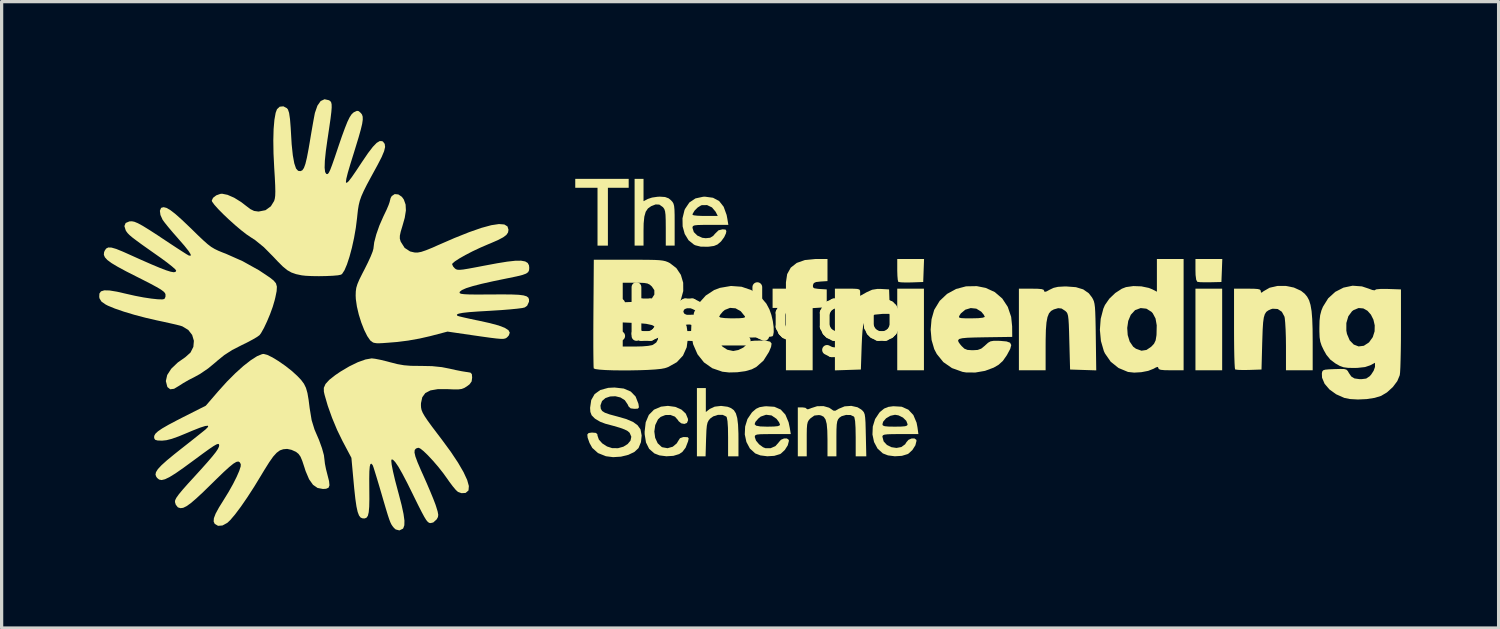
<source format=kicad_pcb>
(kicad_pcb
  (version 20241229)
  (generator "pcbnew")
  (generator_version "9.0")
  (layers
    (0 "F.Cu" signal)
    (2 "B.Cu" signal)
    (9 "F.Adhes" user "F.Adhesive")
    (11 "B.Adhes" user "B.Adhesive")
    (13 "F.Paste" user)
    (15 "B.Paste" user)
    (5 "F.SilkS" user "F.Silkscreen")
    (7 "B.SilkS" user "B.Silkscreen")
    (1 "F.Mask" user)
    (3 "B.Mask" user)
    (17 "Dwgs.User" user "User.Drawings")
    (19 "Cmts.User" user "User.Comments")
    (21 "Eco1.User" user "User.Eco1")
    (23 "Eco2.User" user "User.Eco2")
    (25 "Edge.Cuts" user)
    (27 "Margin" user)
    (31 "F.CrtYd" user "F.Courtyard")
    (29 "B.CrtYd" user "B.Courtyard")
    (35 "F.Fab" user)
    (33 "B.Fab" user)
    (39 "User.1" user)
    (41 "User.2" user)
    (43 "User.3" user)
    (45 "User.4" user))
  (footprint "tbs_logo"
    (layer "F.Cu")
    (at 20.011 6.597)
    (property "Reference" "tbs_logo" (at 0 0 0) (layer "F.SilkS") (effects (font (size 1.5 1.5) (thickness 0.3))))
    (attr board_only exclude_from_pos_files exclude_from_bom)
    (fp_poly (pts (xy 5.335 0.479) (xy 5.335 1.733) (xy 4.925 1.733) (xy 4.515 1.733) (xy 4.515 0.479) (xy 4.515 -0.775) (xy 4.925 -0.775) (xy 5.335 -0.775)) (stroke (width 0) (type solid)) (fill yes) (layer "F.SilkS"))
    (fp_poly (pts (xy 14.501 0.479) (xy 14.501 1.733) (xy 14.091 1.733) (xy 13.68 1.733) (xy 13.68 0.479) (xy 13.68 -0.775) (xy 14.091 -0.775) (xy 14.501 -0.775)) (stroke (width 0) (type solid)) (fill yes) (layer "F.SilkS"))
    (fp_poly (pts (xy 14.492 -1.334) (xy 14.478 -0.98) (xy 14.136 -0.972) (xy 13.963 -0.971) (xy 13.822 -0.975) (xy 13.742 -0.985) (xy 13.737 -0.987) (xy 13.703 -1.048) (xy 13.684 -1.195) (xy 13.68 -1.349) (xy 13.68 -1.687) (xy 14.093 -1.687) (xy 14.505 -1.687)) (stroke (width 0) (type solid)) (fill yes) (layer "F.SilkS"))
    (fp_poly (pts (xy 5.326 -1.334) (xy 5.313 -0.98) (xy 4.946 -0.967) (xy 4.771 -0.965) (xy 4.632 -0.97) (xy 4.554 -0.982) (xy 4.547 -0.986) (xy 4.531 -1.045) (xy 4.52 -1.169) (xy 4.515 -1.333) (xy 4.515 -1.353) (xy 4.515 -1.687) (xy 4.927 -1.687) (xy 5.339 -1.687)) (stroke (width 0) (type solid)) (fill yes) (layer "F.SilkS"))
    (fp_poly (pts (xy -3.739 -4.013) (xy -3.739 -3.876) (xy -4.059 -3.876) (xy -4.378 -3.876) (xy -4.378 -2.987) (xy -4.378 -2.098) (xy -4.537 -2.098) (xy -4.697 -2.098) (xy -4.697 -2.987) (xy -4.697 -3.876) (xy -5.039 -3.876) (xy -5.381 -3.876) (xy -5.381 -4.013) (xy -5.381 -4.15) (xy -4.56 -4.15) (xy -3.739 -4.15)) (stroke (width 0) (type solid)) (fill yes) (layer "F.SilkS"))
    (fp_poly (pts (xy 3.175 -0.774) (xy 3.289 -0.767) (xy 3.349 -0.75) (xy 3.371 -0.716) (xy 3.375 -0.664) (xy 3.375 -0.554) (xy 3.577 -0.667) (xy 3.743 -0.742) (xy 3.908 -0.768) (xy 4.022 -0.766) (xy 4.264 -0.752) (xy 4.277 -0.376) (xy 4.29 0) (xy 4.063 0) (xy 3.823 0.023) (xy 3.647 0.097) (xy 3.523 0.224) (xy 3.49 0.289) (xy 3.465 0.383) (xy 3.447 0.521) (xy 3.433 0.718) (xy 3.421 0.99) (xy 3.42 1.026) (xy 3.397 1.71) (xy 2.998 1.723) (xy 2.599 1.736) (xy 2.599 0.481) (xy 2.599 -0.775) (xy 2.987 -0.775)) (stroke (width 0) (type solid)) (fill yes) (layer "F.SilkS"))
    (fp_poly (pts (xy 2.371 -1.348) (xy 2.371 -1.008) (xy 2.155 -0.994) (xy 2.02 -0.979) (xy 1.952 -0.948) (xy 1.925 -0.889) (xy 1.924 -0.88) (xy 1.925 -0.82) (xy 1.966 -0.787) (xy 2.068 -0.771) (xy 2.129 -0.766) (xy 2.348 -0.752) (xy 2.348 -0.479) (xy 2.348 -0.205) (xy 2.132 -0.191) (xy 1.915 -0.177) (xy 1.915 0.778) (xy 1.915 1.733) (xy 1.505 1.733) (xy 1.094 1.733) (xy 1.094 0.775) (xy 1.094 -0.182) (xy 0.889 -0.182) (xy 0.684 -0.182) (xy 0.684 -0.479) (xy 0.684 -0.775) (xy 0.889 -0.775) (xy 1.094 -0.775) (xy 1.094 -0.97) (xy 1.132 -1.222) (xy 1.242 -1.421) (xy 1.425 -1.566) (xy 1.677 -1.655) (xy 1.998 -1.687) (xy 2.016 -1.687) (xy 2.371 -1.687)) (stroke (width 0) (type solid)) (fill yes) (layer "F.SilkS"))
    (fp_poly (pts (xy -1.368 2.648) (xy -1.368 3.016) (xy -1.248 2.922) (xy -1.095 2.851) (xy -0.9 2.828) (xy -0.701 2.854) (xy -0.593 2.896) (xy -0.507 2.959) (xy -0.445 3.056) (xy -0.403 3.2) (xy -0.378 3.402) (xy -0.366 3.676) (xy -0.365 3.842) (xy -0.365 4.378) (xy -0.524 4.378) (xy -0.684 4.378) (xy -0.684 3.794) (xy -0.688 3.502) (xy -0.702 3.298) (xy -0.724 3.182) (xy -0.739 3.156) (xy -0.848 3.104) (xy -0.994 3.103) (xy -1.14 3.15) (xy -1.235 3.218) (xy -1.283 3.277) (xy -1.316 3.343) (xy -1.337 3.437) (xy -1.35 3.577) (xy -1.358 3.783) (xy -1.361 3.857) (xy -1.376 4.378) (xy -1.509 4.378) (xy -1.642 4.378) (xy -1.642 3.329) (xy -1.642 2.28) (xy -1.505 2.28) (xy -1.368 2.28)) (stroke (width 0) (type solid)) (fill yes) (layer "F.SilkS"))
    (fp_poly (pts (xy -3.283 -3.807) (xy -3.283 -3.463) (xy -3.149 -3.533) (xy -3.021 -3.575) (xy -2.856 -3.599) (xy -2.782 -3.603) (xy -2.621 -3.592) (xy -2.512 -3.552) (xy -2.438 -3.491) (xy -2.393 -3.442) (xy -2.363 -3.39) (xy -2.343 -3.317) (xy -2.332 -3.208) (xy -2.327 -3.044) (xy -2.326 -2.81) (xy -2.326 -2.738) (xy -2.326 -2.098) (xy -2.462 -2.098) (xy -2.599 -2.098) (xy -2.599 -2.645) (xy -2.601 -2.881) (xy -2.607 -3.044) (xy -2.621 -3.152) (xy -2.644 -3.222) (xy -2.68 -3.273) (xy -2.69 -3.283) (xy -2.797 -3.359) (xy -2.911 -3.364) (xy -3.049 -3.31) (xy -3.148 -3.239) (xy -3.216 -3.138) (xy -3.258 -2.99) (xy -3.279 -2.781) (xy -3.283 -2.552) (xy -3.283 -2.098) (xy -3.42 -2.098) (xy -3.557 -2.098) (xy -3.557 -3.124) (xy -3.557 -4.15) (xy -3.42 -4.15) (xy -3.283 -4.15)) (stroke (width 0) (type solid)) (fill yes) (layer "F.SilkS"))
    (fp_poly (pts (xy -2.307 2.858) (xy -2.118 2.941) (xy -1.984 3.066) (xy -1.919 3.222) (xy -1.915 3.271) (xy -1.948 3.352) (xy -2.027 3.382) (xy -2.123 3.364) (xy -2.205 3.297) (xy -2.226 3.262) (xy -2.318 3.158) (xy -2.456 3.106) (xy -2.612 3.109) (xy -2.756 3.166) (xy -2.838 3.242) (xy -2.923 3.417) (xy -2.951 3.615) (xy -2.925 3.809) (xy -2.848 3.976) (xy -2.725 4.09) (xy -2.705 4.099) (xy -2.545 4.128) (xy -2.385 4.083) (xy -2.26 3.978) (xy -2.226 3.919) (xy -2.162 3.821) (xy -2.066 3.787) (xy -2.021 3.785) (xy -1.923 3.791) (xy -1.895 3.828) (xy -1.913 3.915) (xy -1.989 4.112) (xy -2.089 4.242) (xy -2.188 4.309) (xy -2.366 4.363) (xy -2.581 4.376) (xy -2.793 4.349) (xy -2.95 4.288) (xy -3.11 4.148) (xy -3.207 3.953) (xy -3.248 3.696) (xy -3.249 3.622) (xy -3.216 3.332) (xy -3.12 3.105) (xy -2.962 2.944) (xy -2.746 2.851) (xy -2.533 2.827)) (stroke (width 0) (type solid)) (fill yes) (layer "F.SilkS"))
    (fp_poly (pts (xy 10.006 -0.821) (xy 10.231 -0.753) (xy 10.401 -0.634) (xy 10.499 -0.508) (xy 10.532 -0.45) (xy 10.558 -0.389) (xy 10.577 -0.311) (xy 10.591 -0.205) (xy 10.6 -0.056) (xy 10.607 0.147) (xy 10.613 0.419) (xy 10.617 0.697) (xy 10.631 1.736) (xy 10.229 1.723) (xy 9.827 1.71) (xy 9.804 0.851) (xy 9.796 0.551) (xy 9.788 0.328) (xy 9.778 0.171) (xy 9.765 0.064) (xy 9.746 -0.006) (xy 9.721 -0.051) (xy 9.686 -0.085) (xy 9.674 -0.095) (xy 9.565 -0.165) (xy 9.46 -0.176) (xy 9.326 -0.137) (xy 9.242 -0.09) (xy 9.178 -0.015) (xy 9.132 0.1) (xy 9.101 0.266) (xy 9.083 0.494) (xy 9.076 0.797) (xy 9.075 0.979) (xy 9.075 1.733) (xy 8.664 1.733) (xy 8.254 1.733) (xy 8.254 0.479) (xy 8.254 -0.775) (xy 8.641 -0.775) (xy 8.836 -0.772) (xy 8.955 -0.761) (xy 9.014 -0.74) (xy 9.029 -0.708) (xy 9.045 -0.676) (xy 9.105 -0.691) (xy 9.2 -0.743) (xy 9.32 -0.8) (xy 9.454 -0.831) (xy 9.636 -0.842) (xy 9.713 -0.843)) (stroke (width 0) (type solid)) (fill yes) (layer "F.SilkS"))
    (fp_poly (pts (xy 16.704 -0.81) (xy 16.924 -0.71) (xy 17.035 -0.622) (xy 17.113 -0.529) (xy 17.173 -0.417) (xy 17.217 -0.273) (xy 17.249 -0.086) (xy 17.269 0.157) (xy 17.28 0.466) (xy 17.283 0.854) (xy 17.283 0.869) (xy 17.283 1.733) (xy 16.873 1.733) (xy 16.462 1.733) (xy 16.462 0.992) (xy 16.459 0.727) (xy 16.451 0.483) (xy 16.439 0.278) (xy 16.425 0.133) (xy 16.416 0.085) (xy 16.335 -0.065) (xy 16.208 -0.15) (xy 16.053 -0.159) (xy 16.001 -0.144) (xy 15.919 -0.107) (xy 15.857 -0.062) (xy 15.813 0.007) (xy 15.781 0.111) (xy 15.76 0.263) (xy 15.746 0.477) (xy 15.736 0.764) (xy 15.732 0.885) (xy 15.71 1.71) (xy 15.32 1.723) (xy 15.139 1.725) (xy 14.995 1.721) (xy 14.91 1.71) (xy 14.898 1.704) (xy 14.89 1.652) (xy 14.882 1.52) (xy 14.875 1.322) (xy 14.87 1.069) (xy 14.867 0.774) (xy 14.866 0.449) (xy 14.866 0.448) (xy 14.866 -0.775) (xy 15.276 -0.775) (xy 15.474 -0.773) (xy 15.597 -0.764) (xy 15.662 -0.746) (xy 15.685 -0.716) (xy 15.687 -0.7) (xy 15.695 -0.65) (xy 15.735 -0.667) (xy 15.767 -0.693) (xy 15.958 -0.803) (xy 16.194 -0.858) (xy 16.452 -0.86)) (stroke (width 0) (type solid)) (fill yes) (layer "F.SilkS"))
    (fp_poly (pts (xy -1.147 -3.569) (xy -0.958 -3.467) (xy -0.82 -3.292) (xy -0.729 -3.041) (xy -0.708 -2.93) (xy -0.676 -2.736) (xy -1.227 -2.736) (xy -1.459 -2.735) (xy -1.615 -2.731) (xy -1.71 -2.721) (xy -1.758 -2.702) (xy -1.776 -2.673) (xy -1.778 -2.643) (xy -1.737 -2.514) (xy -1.629 -2.407) (xy -1.478 -2.339) (xy -1.371 -2.326) (xy -1.235 -2.34) (xy -1.141 -2.398) (xy -1.087 -2.462) (xy -0.977 -2.569) (xy -0.853 -2.599) (xy -0.761 -2.591) (xy -0.737 -2.546) (xy -0.75 -2.474) (xy -0.803 -2.359) (xy -0.893 -2.236) (xy -0.913 -2.215) (xy -1.01 -2.133) (xy -1.118 -2.088) (xy -1.274 -2.066) (xy -1.309 -2.064) (xy -1.522 -2.066) (xy -1.686 -2.107) (xy -1.733 -2.129) (xy -1.899 -2.263) (xy -2.017 -2.457) (xy -2.081 -2.689) (xy -2.085 -2.938) (xy -2.059 -3.045) (xy -1.778 -3.045) (xy -1.736 -3.029) (xy -1.624 -3.017) (xy -1.462 -3.01) (xy -1.39 -3.01) (xy -1.001 -3.01) (xy -1.068 -3.14) (xy -1.179 -3.272) (xy -1.329 -3.344) (xy -1.488 -3.342) (xy -1.515 -3.334) (xy -1.618 -3.27) (xy -1.714 -3.174) (xy -1.772 -3.077) (xy -1.778 -3.045) (xy -2.059 -3.045) (xy -2.025 -3.185) (xy -2.008 -3.225) (xy -1.874 -3.424) (xy -1.687 -3.549) (xy -1.446 -3.601) (xy -1.391 -3.602)) (stroke (width 0) (type solid)) (fill yes) (layer "F.SilkS"))
    (fp_poly (pts (xy 13.316 0.023) (xy 13.316 1.733) (xy 12.928 1.733) (xy 12.733 1.73) (xy 12.614 1.719) (xy 12.555 1.697) (xy 12.54 1.666) (xy 12.526 1.63) (xy 12.471 1.643) (xy 12.391 1.687) (xy 12.228 1.751) (xy 12.016 1.792) (xy 11.797 1.805) (xy 11.611 1.785) (xy 11.606 1.784) (xy 11.316 1.663) (xy 11.076 1.471) (xy 10.899 1.216) (xy 10.865 1.144) (xy 10.775 0.834) (xy 10.743 0.493) (xy 10.747 0.432) (xy 11.583 0.432) (xy 11.598 0.651) (xy 11.659 0.851) (xy 11.766 1.008) (xy 11.851 1.071) (xy 12.021 1.132) (xy 12.175 1.108) (xy 12.319 1.011) (xy 12.407 0.917) (xy 12.456 0.815) (xy 12.481 0.666) (xy 12.484 0.625) (xy 12.49 0.35) (xy 12.453 0.141) (xy 12.369 -0.017) (xy 12.328 -0.063) (xy 12.173 -0.16) (xy 11.997 -0.179) (xy 11.829 -0.117) (xy 11.821 -0.111) (xy 11.693 0.028) (xy 11.614 0.216) (xy 11.583 0.432) (xy 10.747 0.432) (xy 10.768 0.152) (xy 10.849 -0.16) (xy 10.899 -0.274) (xy 11.033 -0.467) (xy 11.216 -0.642) (xy 11.419 -0.774) (xy 11.546 -0.823) (xy 11.77 -0.855) (xy 12.018 -0.846) (xy 12.247 -0.798) (xy 12.353 -0.755) (xy 12.495 -0.682) (xy 12.495 -1.184) (xy 12.495 -1.687) (xy 12.905 -1.687) (xy 13.316 -1.687)) (stroke (width 0) (type solid)) (fill yes) (layer "F.SilkS"))
    (fp_poly (pts (xy 4.649 2.853) (xy 4.856 2.944) (xy 5.01 3.108) (xy 5.109 3.343) (xy 5.136 3.483) (xy 5.165 3.694) (xy 4.612 3.694) (xy 4.378 3.695) (xy 4.221 3.7) (xy 4.125 3.711) (xy 4.077 3.73) (xy 4.06 3.759) (xy 4.059 3.775) (xy 4.097 3.919) (xy 4.198 4.028) (xy 4.337 4.097) (xy 4.492 4.12) (xy 4.64 4.092) (xy 4.757 4.008) (xy 4.796 3.945) (xy 4.861 3.87) (xy 4.954 3.83) (xy 5.044 3.828) (xy 5.101 3.87) (xy 5.107 3.901) (xy 5.072 4.04) (xy 4.981 4.183) (xy 4.862 4.293) (xy 4.835 4.309) (xy 4.657 4.363) (xy 4.441 4.376) (xy 4.23 4.349) (xy 4.072 4.288) (xy 3.909 4.139) (xy 3.802 3.938) (xy 3.753 3.706) (xy 3.763 3.464) (xy 3.784 3.395) (xy 4.059 3.395) (xy 4.074 3.43) (xy 4.13 3.452) (xy 4.244 3.463) (xy 4.431 3.466) (xy 4.446 3.466) (xy 4.639 3.463) (xy 4.757 3.453) (xy 4.816 3.432) (xy 4.834 3.398) (xy 4.834 3.395) (xy 4.793 3.287) (xy 4.691 3.187) (xy 4.554 3.119) (xy 4.446 3.101) (xy 4.303 3.132) (xy 4.172 3.209) (xy 4.082 3.313) (xy 4.059 3.395) (xy 3.784 3.395) (xy 3.834 3.233) (xy 3.967 3.033) (xy 3.993 3.007) (xy 4.112 2.91) (xy 4.238 2.859) (xy 4.392 2.838)) (stroke (width 0) (type solid)) (fill yes) (layer "F.SilkS"))
    (fp_poly (pts (xy 0.739 2.855) (xy 0.934 2.94) (xy 1.078 3.098) (xy 1.176 3.332) (xy 1.212 3.503) (xy 1.243 3.694) (xy 0.69 3.694) (xy 0.458 3.695) (xy 0.301 3.699) (xy 0.206 3.709) (xy 0.157 3.727) (xy 0.139 3.757) (xy 0.137 3.787) (xy 0.174 3.895) (xy 0.268 4.008) (xy 0.39 4.098) (xy 0.465 4.128) (xy 0.624 4.128) (xy 0.771 4.064) (xy 0.871 3.951) (xy 0.874 3.945) (xy 0.94 3.87) (xy 1.032 3.83) (xy 1.122 3.828) (xy 1.179 3.87) (xy 1.186 3.901) (xy 1.15 4.04) (xy 1.059 4.183) (xy 0.94 4.293) (xy 0.914 4.309) (xy 0.735 4.363) (xy 0.52 4.376) (xy 0.308 4.349) (xy 0.15 4.288) (xy -0.014 4.138) (xy -0.121 3.937) (xy -0.171 3.705) (xy -0.16 3.463) (xy -0.138 3.39) (xy 0.131 3.39) (xy 0.178 3.436) (xy 0.304 3.459) (xy 0.514 3.466) (xy 0.524 3.466) (xy 0.723 3.462) (xy 0.845 3.45) (xy 0.902 3.426) (xy 0.912 3.404) (xy 0.883 3.331) (xy 0.812 3.235) (xy 0.8 3.222) (xy 0.652 3.121) (xy 0.483 3.1) (xy 0.318 3.157) (xy 0.249 3.213) (xy 0.157 3.318) (xy 0.131 3.39) (xy -0.138 3.39) (xy -0.089 3.232) (xy 0.045 3.034) (xy 0.067 3.011) (xy 0.177 2.917) (xy 0.285 2.867) (xy 0.432 2.843) (xy 0.49 2.839)) (stroke (width 0) (type solid)) (fill yes) (layer "F.SilkS"))
    (fp_poly (pts (xy 3.294 2.87) (xy 3.406 2.937) (xy 3.456 2.982) (xy 3.491 3.028) (xy 3.515 3.092) (xy 3.529 3.188) (xy 3.539 3.334) (xy 3.545 3.545) (xy 3.549 3.712) (xy 3.564 4.378) (xy 3.401 4.378) (xy 3.238 4.378) (xy 3.238 3.794) (xy 3.233 3.502) (xy 3.22 3.298) (xy 3.198 3.182) (xy 3.183 3.156) (xy 3.08 3.108) (xy 2.94 3.106) (xy 2.804 3.145) (xy 2.736 3.192) (xy 2.697 3.24) (xy 2.671 3.304) (xy 2.655 3.402) (xy 2.647 3.551) (xy 2.645 3.769) (xy 2.645 3.831) (xy 2.645 4.378) (xy 2.508 4.378) (xy 2.371 4.378) (xy 2.371 3.865) (xy 2.365 3.584) (xy 2.347 3.382) (xy 2.311 3.245) (xy 2.254 3.162) (xy 2.171 3.12) (xy 2.109 3.109) (xy 1.969 3.124) (xy 1.848 3.21) (xy 1.798 3.264) (xy 1.765 3.323) (xy 1.746 3.404) (xy 1.736 3.527) (xy 1.733 3.711) (xy 1.733 3.851) (xy 1.733 4.378) (xy 1.596 4.378) (xy 1.459 4.378) (xy 1.459 3.625) (xy 1.459 2.873) (xy 1.596 2.873) (xy 1.692 2.886) (xy 1.733 2.919) (xy 1.733 2.92) (xy 1.767 2.934) (xy 1.855 2.903) (xy 1.867 2.897) (xy 2.052 2.838) (xy 2.248 2.834) (xy 2.42 2.883) (xy 2.471 2.916) (xy 2.551 2.972) (xy 2.61 2.977) (xy 2.694 2.931) (xy 2.717 2.916) (xy 2.898 2.842) (xy 3.102 2.827)) (stroke (width 0) (type solid)) (fill yes) (layer "F.SilkS"))
    (fp_poly (pts (xy -0.269 -0.834) (xy 0.027 -0.733) (xy 0.284 -0.559) (xy 0.491 -0.317) (xy 0.587 -0.137) (xy 0.647 0.033) (xy 0.691 0.221) (xy 0.716 0.405) (xy 0.719 0.56) (xy 0.699 0.663) (xy 0.679 0.688) (xy 0.615 0.701) (xy 0.475 0.713) (xy 0.276 0.721) (xy 0.034 0.727) (xy -0.191 0.729) (xy -0.998 0.73) (xy -0.95 0.868) (xy -0.858 1.005) (xy -0.708 1.102) (xy -0.529 1.14) (xy -0.524 1.14) (xy -0.368 1.11) (xy -0.214 1.034) (xy -0.104 0.933) (xy -0.091 0.912) (xy -0.053 0.864) (xy 0.012 0.836) (xy 0.125 0.824) (xy 0.293 0.821) (xy 0.491 0.827) (xy 0.608 0.853) (xy 0.653 0.912) (xy 0.637 1.015) (xy 0.572 1.169) (xy 0.403 1.437) (xy 0.185 1.63) (xy 0.044 1.704) (xy -0.156 1.761) (xy -0.403 1.794) (xy -0.655 1.8) (xy -0.86 1.777) (xy -1.17 1.67) (xy -1.426 1.49) (xy -1.624 1.241) (xy -1.759 0.932) (xy -1.822 0.589) (xy -1.809 0.255) (xy -1.764 0.089) (xy -0.958 0.089) (xy -0.914 0.113) (xy -0.789 0.129) (xy -0.594 0.137) (xy -0.545 0.137) (xy -0.343 0.134) (xy -0.221 0.124) (xy -0.166 0.105) (xy -0.164 0.08) (xy -0.295 -0.081) (xy -0.454 -0.171) (xy -0.624 -0.185) (xy -0.786 -0.121) (xy -0.846 -0.07) (xy -0.921 0.018) (xy -0.957 0.084) (xy -0.958 0.089) (xy -1.764 0.089) (xy -1.725 -0.057) (xy -1.577 -0.334) (xy -1.37 -0.564) (xy -1.112 -0.733) (xy -0.938 -0.799) (xy -0.595 -0.858)) (stroke (width 0) (type solid)) (fill yes) (layer "F.SilkS"))
    (fp_poly (pts (xy 7.231 -0.799) (xy 7.513 -0.67) (xy 7.743 -0.472) (xy 7.912 -0.215) (xy 8.016 0.091) (xy 8.046 0.383) (xy 8.049 0.707) (xy 7.216 0.719) (xy 6.903 0.725) (xy 6.671 0.733) (xy 6.514 0.748) (xy 6.421 0.771) (xy 6.385 0.808) (xy 6.396 0.86) (xy 6.445 0.931) (xy 6.494 0.989) (xy 6.578 1.069) (xy 6.673 1.107) (xy 6.817 1.117) (xy 6.834 1.117) (xy 6.987 1.108) (xy 7.096 1.068) (xy 7.206 0.979) (xy 7.218 0.967) (xy 7.306 0.887) (xy 7.382 0.844) (xy 7.479 0.827) (xy 7.625 0.827) (xy 7.688 0.83) (xy 7.875 0.847) (xy 7.983 0.886) (xy 8.019 0.958) (xy 7.987 1.077) (xy 7.892 1.254) (xy 7.879 1.276) (xy 7.761 1.445) (xy 7.63 1.564) (xy 7.479 1.652) (xy 7.212 1.751) (xy 6.916 1.802) (xy 6.631 1.8) (xy 6.521 1.782) (xy 6.197 1.666) (xy 5.932 1.482) (xy 5.73 1.233) (xy 5.652 1.083) (xy 5.57 0.802) (xy 5.542 0.485) (xy 5.569 0.166) (xy 5.59 0.09) (xy 6.411 0.09) (xy 6.424 0.116) (xy 6.482 0.13) (xy 6.6 0.136) (xy 6.793 0.137) (xy 7.002 0.132) (xy 7.142 0.117) (xy 7.203 0.095) (xy 7.205 0.089) (xy 7.175 0.027) (xy 7.103 -0.06) (xy 7.093 -0.07) (xy 6.945 -0.161) (xy 6.774 -0.179) (xy 6.607 -0.129) (xy 6.47 -0.015) (xy 6.429 0.048) (xy 6.411 0.09) (xy 5.59 0.09) (xy 5.649 -0.117) (xy 5.653 -0.127) (xy 5.819 -0.4) (xy 6.046 -0.614) (xy 6.321 -0.765) (xy 6.63 -0.847) (xy 6.96 -0.853)) (stroke (width 0) (type solid)) (fill yes) (layer "F.SilkS"))
    (fp_poly (pts (xy -3.89 2.295) (xy -3.675 2.387) (xy -3.526 2.541) (xy -3.441 2.759) (xy -3.438 2.773) (xy -3.424 2.871) (xy -3.454 2.911) (xy -3.549 2.918) (xy -3.564 2.918) (xy -3.678 2.904) (xy -3.742 2.845) (xy -3.771 2.781) (xy -3.859 2.652) (xy -3.991 2.569) (xy -4.148 2.531) (xy -4.309 2.538) (xy -4.453 2.587) (xy -4.558 2.678) (xy -4.605 2.809) (xy -4.606 2.829) (xy -4.596 2.917) (xy -4.555 2.984) (xy -4.47 3.038) (xy -4.324 3.09) (xy -4.105 3.149) (xy -4.1 3.15) (xy -3.814 3.232) (xy -3.607 3.32) (xy -3.468 3.42) (xy -3.382 3.539) (xy -3.374 3.558) (xy -3.34 3.739) (xy -3.362 3.942) (xy -3.435 4.121) (xy -3.437 4.125) (xy -3.562 4.242) (xy -3.75 4.332) (xy -3.977 4.388) (xy -4.218 4.403) (xy -4.439 4.375) (xy -4.683 4.277) (xy -4.858 4.119) (xy -4.943 3.967) (xy -5 3.806) (xy -5.011 3.709) (xy -4.971 3.662) (xy -4.876 3.648) (xy -4.857 3.648) (xy -4.747 3.658) (xy -4.703 3.697) (xy -4.697 3.743) (xy -4.656 3.862) (xy -4.551 3.98) (xy -4.404 4.075) (xy -4.25 4.125) (xy -4.067 4.128) (xy -3.902 4.082) (xy -3.77 4) (xy -3.683 3.894) (xy -3.658 3.776) (xy -3.707 3.66) (xy -3.716 3.648) (xy -3.774 3.599) (xy -3.864 3.553) (xy -3.999 3.503) (xy -4.196 3.445) (xy -4.455 3.376) (xy -4.616 3.315) (xy -4.764 3.227) (xy -4.786 3.21) (xy -4.878 3.116) (xy -4.917 3.013) (xy -4.925 2.889) (xy -4.89 2.648) (xy -4.785 2.464) (xy -4.61 2.339) (xy -4.366 2.273) (xy -4.173 2.263)) (stroke (width 0) (type solid)) (fill yes) (layer "F.SilkS"))
    (fp_poly (pts (xy -3.398 -1.664) (xy -3.135 -1.662) (xy -2.937 -1.658) (xy -2.792 -1.65) (xy -2.686 -1.637) (xy -2.606 -1.619) (xy -2.54 -1.594) (xy -2.474 -1.561) (xy -2.472 -1.56) (xy -2.273 -1.406) (xy -2.135 -1.199) (xy -2.064 -0.958) (xy -2.062 -0.702) (xy -2.132 -0.446) (xy -2.217 -0.294) (xy -2.333 -0.122) (xy -2.198 -0.016) (xy -2.052 0.153) (xy -1.957 0.386) (xy -1.917 0.667) (xy -1.916 0.719) (xy -1.956 1.026) (xy -2.07 1.282) (xy -2.259 1.484) (xy -2.518 1.63) (xy -2.627 1.668) (xy -2.743 1.69) (xy -2.922 1.708) (xy -3.148 1.722) (xy -3.407 1.731) (xy -3.681 1.736) (xy -3.957 1.737) (xy -4.219 1.734) (xy -4.451 1.726) (xy -4.637 1.713) (xy -4.763 1.696) (xy -4.813 1.676) (xy -4.818 1.618) (xy -4.821 1.48) (xy -4.824 1.272) (xy -4.826 1.005) (xy -4.826 0.69) (xy -4.826 0.633) (xy -3.922 0.633) (xy -3.922 1.003) (xy -3.508 1.003) (xy -3.312 0.998) (xy -3.14 0.983) (xy -3.022 0.961) (xy -2.995 0.951) (xy -2.892 0.88) (xy -2.842 0.788) (xy -2.828 0.642) (xy -2.828 0.628) (xy -2.845 0.5) (xy -2.905 0.407) (xy -3.021 0.344) (xy -3.202 0.305) (xy -3.461 0.283) (xy -3.495 0.281) (xy -3.922 0.263) (xy -3.922 0.633) (xy -4.826 0.633) (xy -4.825 0.336) (xy -4.823 -0.023) (xy -4.818 -0.657) (xy -3.922 -0.657) (xy -3.922 -0.356) (xy -3.513 -0.372) (xy -3.28 -0.387) (xy -3.127 -0.413) (xy -3.044 -0.451) (xy -3.039 -0.456) (xy -2.95 -0.595) (xy -2.951 -0.729) (xy -3.028 -0.843) (xy -3.092 -0.899) (xy -3.163 -0.934) (xy -3.264 -0.951) (xy -3.42 -0.957) (xy -3.532 -0.958) (xy -3.922 -0.958) (xy -3.922 -0.657) (xy -4.818 -0.657) (xy -4.811 -1.664) (xy -3.739 -1.664)) (stroke (width 0) (type solid)) (fill yes) (layer "F.SilkS"))
    (fp_poly (pts (xy 18.797 -0.845) (xy 19.004 -0.776) (xy 19.117 -0.734) (xy 19.187 -0.724) (xy 19.198 -0.734) (xy 19.241 -0.755) (xy 19.362 -0.766) (xy 19.548 -0.767) (xy 19.597 -0.766) (xy 19.996 -0.752) (xy 19.996 0.479) (xy 19.995 0.815) (xy 19.991 1.129) (xy 19.985 1.407) (xy 19.978 1.635) (xy 19.969 1.8) (xy 19.959 1.884) (xy 19.884 2.065) (xy 19.745 2.25) (xy 19.566 2.413) (xy 19.384 2.521) (xy 19.187 2.581) (xy 18.937 2.619) (xy 18.672 2.631) (xy 18.426 2.617) (xy 18.255 2.582) (xy 18.003 2.47) (xy 17.797 2.321) (xy 17.649 2.147) (xy 17.571 1.962) (xy 17.565 1.835) (xy 17.576 1.774) (xy 17.603 1.736) (xy 17.665 1.715) (xy 17.783 1.704) (xy 17.953 1.697) (xy 18.138 1.692) (xy 18.253 1.695) (xy 18.32 1.714) (xy 18.361 1.755) (xy 18.396 1.817) (xy 18.47 1.925) (xy 18.568 1.984) (xy 18.717 2.005) (xy 18.787 2.006) (xy 18.927 1.988) (xy 19.033 1.918) (xy 19.08 1.866) (xy 19.157 1.747) (xy 19.197 1.633) (xy 19.198 1.614) (xy 19.198 1.503) (xy 19.05 1.581) (xy 18.892 1.634) (xy 18.664 1.659) (xy 18.555 1.662) (xy 18.365 1.658) (xy 18.23 1.64) (xy 18.116 1.599) (xy 17.987 1.526) (xy 17.986 1.526) (xy 17.827 1.407) (xy 17.706 1.26) (xy 17.626 1.119) (xy 17.558 0.977) (xy 17.517 0.854) (xy 17.496 0.719) (xy 17.489 0.539) (xy 17.489 0.513) (xy 18.317 0.513) (xy 18.337 0.618) (xy 18.42 0.813) (xy 18.544 0.942) (xy 18.694 1) (xy 18.855 0.98) (xy 19.011 0.878) (xy 19.016 0.873) (xy 19.13 0.714) (xy 19.186 0.536) (xy 19.19 0.353) (xy 19.15 0.178) (xy 19.073 0.024) (xy 18.967 -0.096) (xy 18.838 -0.168) (xy 18.694 -0.18) (xy 18.542 -0.118) (xy 18.491 -0.08) (xy 18.378 0.074) (xy 18.318 0.28) (xy 18.317 0.513) (xy 17.489 0.513) (xy 17.489 0.436) (xy 17.494 0.209) (xy 17.513 0.04) (xy 17.551 -0.104) (xy 17.598 -0.219) (xy 17.759 -0.478) (xy 17.975 -0.676) (xy 18.23 -0.807) (xy 18.509 -0.866)) (stroke (width 0) (type solid)) (fill yes) (layer "F.SilkS"))
    (fp_poly (pts (xy -14.846 1.26) (xy -14.687 1.338) (xy -14.497 1.454) (xy -14.295 1.595) (xy -14.098 1.749) (xy -13.926 1.905) (xy -13.924 1.907) (xy -13.805 2.032) (xy -13.719 2.148) (xy -13.657 2.275) (xy -13.612 2.433) (xy -13.576 2.644) (xy -13.544 2.896) (xy -13.483 3.267) (xy -13.395 3.553) (xy -13.375 3.6) (xy -13.257 3.874) (xy -13.165 4.128) (xy -13.106 4.342) (xy -13.088 4.488) (xy -13.075 4.604) (xy -13.042 4.77) (xy -12.999 4.939) (xy -12.948 5.139) (xy -12.935 5.269) (xy -12.964 5.343) (xy -13.04 5.375) (xy -13.135 5.381) (xy -13.301 5.35) (xy -13.441 5.253) (xy -13.562 5.082) (xy -13.669 4.83) (xy -13.706 4.714) (xy -13.771 4.517) (xy -13.826 4.387) (xy -13.885 4.304) (xy -13.959 4.244) (xy -13.969 4.238) (xy -14.103 4.178) (xy -14.233 4.15) (xy -14.241 4.15) (xy -14.356 4.16) (xy -14.458 4.195) (xy -14.558 4.268) (xy -14.665 4.386) (xy -14.788 4.561) (xy -14.939 4.802) (xy -15.024 4.943) (xy -15.245 5.306) (xy -15.459 5.637) (xy -15.658 5.926) (xy -15.836 6.163) (xy -15.984 6.337) (xy -16.074 6.422) (xy -16.223 6.503) (xy -16.359 6.514) (xy -16.462 6.453) (xy -16.495 6.38) (xy -16.487 6.279) (xy -16.434 6.139) (xy -16.331 5.95) (xy -16.184 5.714) (xy -16.034 5.47) (xy -15.9 5.231) (xy -15.789 5.011) (xy -15.708 4.825) (xy -15.664 4.688) (xy -15.661 4.619) (xy -15.692 4.562) (xy -15.735 4.537) (xy -15.798 4.549) (xy -15.889 4.604) (xy -16.015 4.706) (xy -16.185 4.86) (xy -16.405 5.073) (xy -16.547 5.212) (xy -16.814 5.473) (xy -17.028 5.672) (xy -17.196 5.816) (xy -17.328 5.91) (xy -17.43 5.96) (xy -17.513 5.971) (xy -17.583 5.95) (xy -17.598 5.942) (xy -17.659 5.864) (xy -17.684 5.782) (xy -17.678 5.727) (xy -17.641 5.652) (xy -17.567 5.548) (xy -17.449 5.405) (xy -17.279 5.213) (xy -17.136 5.057) (xy -16.88 4.776) (xy -16.681 4.553) (xy -16.533 4.38) (xy -16.429 4.249) (xy -16.365 4.153) (xy -16.332 4.082) (xy -16.325 4.041) (xy -16.332 4.006) (xy -16.357 3.995) (xy -16.409 4.012) (xy -16.497 4.062) (xy -16.63 4.152) (xy -16.815 4.285) (xy -17.063 4.468) (xy -17.131 4.518) (xy -17.429 4.736) (xy -17.666 4.901) (xy -17.849 5.014) (xy -17.989 5.082) (xy -18.093 5.107) (xy -18.171 5.092) (xy -18.231 5.043) (xy -18.259 5.004) (xy -18.282 4.939) (xy -18.267 4.864) (xy -18.208 4.77) (xy -18.098 4.652) (xy -17.932 4.502) (xy -17.701 4.312) (xy -17.511 4.161) (xy -17.292 3.989) (xy -17.091 3.83) (xy -16.922 3.695) (xy -16.798 3.596) (xy -16.737 3.546) (xy -16.664 3.47) (xy -16.67 3.437) (xy -16.755 3.446) (xy -16.917 3.498) (xy -17.155 3.592) (xy -17.296 3.652) (xy -17.57 3.765) (xy -17.78 3.84) (xy -17.945 3.882) (xy -18.08 3.896) (xy -18.221 3.891) (xy -18.294 3.868) (xy -18.323 3.818) (xy -18.323 3.816) (xy -18.322 3.751) (xy -18.286 3.684) (xy -18.206 3.609) (xy -18.074 3.519) (xy -17.88 3.407) (xy -17.617 3.268) (xy -17.455 3.185) (xy -16.736 2.822) (xy -16.35 2.374) (xy -16.089 2.085) (xy -15.829 1.825) (xy -15.582 1.602) (xy -15.355 1.425) (xy -15.16 1.3) (xy -15.006 1.237) (xy -14.956 1.231)) (stroke (width 0) (type solid)) (fill yes) (layer "F.SilkS"))
    (fp_poly (pts (xy -12.949 -6.566) (xy -12.947 -6.564) (xy -12.909 -6.539) (xy -12.883 -6.501) (xy -12.869 -6.44) (xy -12.867 -6.344) (xy -12.878 -6.203) (xy -12.902 -6.005) (xy -12.94 -5.74) (xy -12.991 -5.396) (xy -12.994 -5.381) (xy -13.047 -5.001) (xy -13.077 -4.707) (xy -13.084 -4.494) (xy -13.069 -4.361) (xy -13.037 -4.306) (xy -13.008 -4.295) (xy -12.98 -4.306) (xy -12.948 -4.351) (xy -12.907 -4.439) (xy -12.853 -4.582) (xy -12.78 -4.789) (xy -12.685 -5.071) (xy -12.674 -5.105) (xy -12.558 -5.444) (xy -12.462 -5.706) (xy -12.384 -5.902) (xy -12.317 -6.04) (xy -12.257 -6.132) (xy -12.2 -6.187) (xy -12.178 -6.2) (xy -12.09 -6.241) (xy -12.034 -6.23) (xy -11.974 -6.176) (xy -11.935 -6.126) (xy -11.914 -6.061) (xy -11.912 -5.97) (xy -11.93 -5.842) (xy -11.972 -5.666) (xy -12.038 -5.431) (xy -12.131 -5.126) (xy -12.182 -4.959) (xy -12.292 -4.607) (xy -12.371 -4.339) (xy -12.417 -4.154) (xy -12.43 -4.049) (xy -12.407 -4.024) (xy -12.347 -4.076) (xy -12.248 -4.204) (xy -12.11 -4.405) (xy -11.933 -4.672) (xy -11.75 -4.941) (xy -11.602 -5.134) (xy -11.484 -5.256) (xy -11.39 -5.312) (xy -11.314 -5.308) (xy -11.288 -5.292) (xy -11.237 -5.224) (xy -11.225 -5.131) (xy -11.256 -5) (xy -11.332 -4.819) (xy -11.456 -4.578) (xy -11.486 -4.523) (xy -11.655 -4.214) (xy -11.786 -3.971) (xy -11.883 -3.777) (xy -11.954 -3.617) (xy -12.003 -3.478) (xy -12.036 -3.343) (xy -12.06 -3.198) (xy -12.079 -3.028) (xy -12.086 -2.958) (xy -12.125 -2.646) (xy -12.18 -2.332) (xy -12.246 -2.031) (xy -12.32 -1.756) (xy -12.397 -1.521) (xy -12.473 -1.342) (xy -12.545 -1.231) (xy -12.579 -1.206) (xy -12.673 -1.186) (xy -12.833 -1.172) (xy -13.037 -1.163) (xy -13.259 -1.159) (xy -13.476 -1.162) (xy -13.664 -1.171) (xy -13.789 -1.185) (xy -13.963 -1.222) (xy -14.105 -1.272) (xy -14.234 -1.345) (xy -14.369 -1.456) (xy -14.53 -1.617) (xy -14.658 -1.753) (xy -14.953 -2.051) (xy -15.221 -2.269) (xy -15.349 -2.352) (xy -15.484 -2.443) (xy -15.65 -2.572) (xy -15.834 -2.727) (xy -16.021 -2.895) (xy -16.199 -3.064) (xy -16.354 -3.221) (xy -16.472 -3.353) (xy -16.541 -3.448) (xy -16.553 -3.481) (xy -16.513 -3.567) (xy -16.415 -3.643) (xy -16.289 -3.688) (xy -16.235 -3.693) (xy -16.068 -3.659) (xy -15.864 -3.57) (xy -15.648 -3.436) (xy -15.512 -3.331) (xy -15.368 -3.221) (xy -15.252 -3.164) (xy -15.13 -3.147) (xy -15.109 -3.146) (xy -14.901 -3.187) (xy -14.737 -3.306) (xy -14.636 -3.47) (xy -14.616 -3.537) (xy -14.603 -3.63) (xy -14.599 -3.762) (xy -14.603 -3.945) (xy -14.615 -4.194) (xy -14.633 -4.486) (xy -14.655 -4.931) (xy -14.661 -5.332) (xy -14.652 -5.681) (xy -14.627 -5.967) (xy -14.589 -6.18) (xy -14.548 -6.29) (xy -14.464 -6.368) (xy -14.352 -6.379) (xy -14.246 -6.324) (xy -14.211 -6.282) (xy -14.176 -6.177) (xy -14.148 -5.987) (xy -14.127 -5.721) (xy -14.122 -5.632) (xy -14.097 -5.212) (xy -14.062 -4.877) (xy -14.017 -4.629) (xy -13.963 -4.469) (xy -13.9 -4.398) (xy -13.897 -4.397) (xy -13.828 -4.387) (xy -13.77 -4.413) (xy -13.72 -4.485) (xy -13.674 -4.612) (xy -13.628 -4.804) (xy -13.577 -5.07) (xy -13.542 -5.274) (xy -13.498 -5.538) (xy -13.456 -5.78) (xy -13.42 -5.982) (xy -13.393 -6.124) (xy -13.382 -6.179) (xy -13.305 -6.4) (xy -13.206 -6.541) (xy -13.086 -6.597)) (stroke (width 0) (type solid)) (fill yes) (layer "F.SilkS"))
    (fp_poly (pts (xy -17.942 -3.257) (xy -17.822 -3.187) (xy -17.665 -3.065) (xy -17.463 -2.885) (xy -17.209 -2.643) (xy -17.193 -2.628) (xy -16.978 -2.417) (xy -16.812 -2.26) (xy -16.681 -2.144) (xy -16.57 -2.059) (xy -16.463 -1.995) (xy -16.347 -1.939) (xy -16.205 -1.881) (xy -16.12 -1.849) (xy -15.604 -1.62) (xy -15.101 -1.34) (xy -14.763 -1.114) (xy -14.649 -1.023) (xy -14.579 -0.938) (xy -14.551 -0.837) (xy -14.559 -0.699) (xy -14.599 -0.503) (xy -14.621 -0.413) (xy -14.679 -0.216) (xy -14.76 0.007) (xy -14.854 0.231) (xy -14.949 0.433) (xy -15.036 0.587) (xy -15.083 0.652) (xy -15.155 0.705) (xy -15.29 0.785) (xy -15.466 0.879) (xy -15.63 0.959) (xy -15.923 1.109) (xy -16.164 1.263) (xy -16.388 1.445) (xy -16.429 1.482) (xy -16.665 1.677) (xy -16.913 1.846) (xy -17.078 1.937) (xy -17.258 2.029) (xy -17.427 2.126) (xy -17.551 2.206) (xy -17.554 2.208) (xy -17.711 2.302) (xy -17.829 2.317) (xy -17.911 2.253) (xy -17.92 2.237) (xy -17.964 2.064) (xy -17.922 1.879) (xy -17.798 1.686) (xy -17.595 1.492) (xy -17.368 1.333) (xy -17.206 1.188) (xy -17.118 1.013) (xy -17.102 0.827) (xy -17.155 0.648) (xy -17.274 0.494) (xy -17.455 0.384) (xy -17.526 0.361) (xy -17.648 0.33) (xy -17.833 0.288) (xy -18.053 0.239) (xy -18.241 0.199) (xy -18.591 0.118) (xy -18.936 0.027) (xy -19.255 -0.069) (xy -19.531 -0.164) (xy -19.744 -0.252) (xy -19.814 -0.288) (xy -19.943 -0.378) (xy -20.002 -0.475) (xy -20.011 -0.521) (xy -20.006 -0.625) (xy -19.958 -0.692) (xy -19.856 -0.724) (xy -19.695 -0.72) (xy -19.464 -0.682) (xy -19.177 -0.616) (xy -18.911 -0.556) (xy -18.65 -0.506) (xy -18.411 -0.47) (xy -18.213 -0.449) (xy -18.071 -0.445) (xy -18.009 -0.458) (xy -17.976 -0.522) (xy -17.974 -0.598) (xy -17.991 -0.641) (xy -18.036 -0.689) (xy -18.118 -0.749) (xy -18.249 -0.826) (xy -18.437 -0.928) (xy -18.693 -1.059) (xy -18.854 -1.14) (xy -19.187 -1.309) (xy -19.444 -1.448) (xy -19.633 -1.561) (xy -19.761 -1.656) (xy -19.837 -1.739) (xy -19.869 -1.815) (xy -19.863 -1.891) (xy -19.846 -1.937) (xy -19.8 -2.007) (xy -19.734 -2.041) (xy -19.634 -2.038) (xy -19.488 -1.996) (xy -19.282 -1.912) (xy -19.13 -1.844) (xy -18.732 -1.665) (xy -18.408 -1.523) (xy -18.153 -1.416) (xy -17.958 -1.341) (xy -17.818 -1.297) (xy -17.724 -1.28) (xy -17.67 -1.289) (xy -17.649 -1.32) (xy -17.648 -1.334) (xy -17.683 -1.379) (xy -17.781 -1.464) (xy -17.928 -1.58) (xy -18.111 -1.715) (xy -18.201 -1.778) (xy -18.489 -1.981) (xy -18.712 -2.139) (xy -18.878 -2.261) (xy -18.999 -2.353) (xy -19.082 -2.424) (xy -19.138 -2.481) (xy -19.176 -2.532) (xy -19.197 -2.566) (xy -19.238 -2.699) (xy -19.199 -2.794) (xy -19.085 -2.842) (xy -19.008 -2.846) (xy -18.93 -2.831) (xy -18.822 -2.786) (xy -18.673 -2.705) (xy -18.475 -2.583) (xy -18.216 -2.416) (xy -18.088 -2.33) (xy -17.851 -2.173) (xy -17.638 -2.033) (xy -17.46 -1.918) (xy -17.331 -1.836) (xy -17.262 -1.796) (xy -17.257 -1.794) (xy -17.2 -1.786) (xy -17.202 -1.832) (xy -17.266 -1.934) (xy -17.393 -2.094) (xy -17.585 -2.314) (xy -17.586 -2.316) (xy -17.744 -2.496) (xy -17.886 -2.664) (xy -17.997 -2.802) (xy -18.063 -2.892) (xy -18.065 -2.896) (xy -18.13 -3.04) (xy -18.147 -3.168) (xy -18.112 -3.254) (xy -18.101 -3.262) (xy -18.032 -3.28)) (stroke (width 0) (type solid)) (fill yes) (layer "F.SilkS"))
    (fp_poly (pts (xy -11.529 1.38) (xy -11.367 1.412) (xy -11.173 1.459) (xy -11.073 1.486) (xy -10.845 1.544) (xy -10.644 1.579) (xy -10.433 1.596) (xy -10.174 1.599) (xy -10.136 1.599) (xy -9.782 1.606) (xy -9.48 1.637) (xy -9.246 1.683) (xy -9.05 1.727) (xy -8.867 1.763) (xy -8.731 1.785) (xy -8.71 1.787) (xy -8.603 1.805) (xy -8.559 1.851) (xy -8.55 1.957) (xy -8.55 1.959) (xy -8.566 2.076) (xy -8.629 2.164) (xy -8.71 2.226) (xy -8.792 2.277) (xy -8.872 2.307) (xy -8.973 2.321) (xy -9.121 2.321) (xy -9.303 2.313) (xy -9.606 2.313) (xy -9.833 2.352) (xy -9.989 2.433) (xy -10.083 2.562) (xy -10.122 2.742) (xy -10.124 2.804) (xy -10.12 2.879) (xy -10.105 2.953) (xy -10.071 3.036) (xy -10.012 3.14) (xy -9.921 3.276) (xy -9.792 3.454) (xy -9.617 3.685) (xy -9.478 3.868) (xy -9.205 4.24) (xy -8.983 4.574) (xy -8.815 4.863) (xy -8.703 5.104) (xy -8.651 5.29) (xy -8.661 5.419) (xy -8.665 5.429) (xy -8.751 5.503) (xy -8.879 5.51) (xy -8.986 5.471) (xy -9.05 5.413) (xy -9.146 5.299) (xy -9.258 5.149) (xy -9.305 5.081) (xy -9.442 4.891) (xy -9.596 4.696) (xy -9.757 4.51) (xy -9.91 4.346) (xy -10.045 4.216) (xy -10.149 4.135) (xy -10.206 4.114) (xy -10.276 4.138) (xy -10.315 4.183) (xy -10.322 4.262) (xy -10.294 4.383) (xy -10.229 4.559) (xy -10.126 4.8) (xy -10.057 4.953) (xy -9.944 5.208) (xy -9.837 5.459) (xy -9.745 5.682) (xy -9.678 5.857) (xy -9.658 5.917) (xy -9.61 6.075) (xy -9.592 6.174) (xy -9.601 6.243) (xy -9.637 6.31) (xy -9.641 6.316) (xy -9.744 6.41) (xy -9.828 6.43) (xy -9.869 6.423) (xy -9.911 6.395) (xy -9.96 6.337) (xy -10.021 6.238) (xy -10.102 6.088) (xy -10.209 5.878) (xy -10.348 5.596) (xy -10.369 5.552) (xy -10.548 5.191) (xy -10.696 4.909) (xy -10.814 4.701) (xy -10.908 4.562) (xy -10.978 4.487) (xy -11.021 4.469) (xy -11.036 4.512) (xy -11.023 4.636) (xy -10.983 4.84) (xy -10.918 5.117) (xy -10.826 5.464) (xy -10.809 5.526) (xy -10.718 5.876) (xy -10.659 6.149) (xy -10.631 6.353) (xy -10.634 6.496) (xy -10.666 6.586) (xy -10.68 6.603) (xy -10.786 6.655) (xy -10.9 6.625) (xy -10.953 6.578) (xy -10.993 6.529) (xy -11.028 6.478) (xy -11.061 6.411) (xy -11.098 6.316) (xy -11.143 6.18) (xy -11.201 5.989) (xy -11.277 5.732) (xy -11.333 5.539) (xy -11.411 5.274) (xy -11.482 5.038) (xy -11.541 4.846) (xy -11.583 4.713) (xy -11.606 4.651) (xy -11.606 4.65) (xy -11.647 4.603) (xy -11.676 4.615) (xy -11.697 4.692) (xy -11.709 4.841) (xy -11.713 5.068) (xy -11.711 5.376) (xy -11.709 5.693) (xy -11.714 5.93) (xy -11.729 6.097) (xy -11.755 6.205) (xy -11.797 6.265) (xy -11.855 6.287) (xy -11.919 6.284) (xy -11.978 6.259) (xy -12.027 6.196) (xy -12.069 6.085) (xy -12.106 5.917) (xy -12.14 5.682) (xy -12.174 5.37) (xy -12.191 5.187) (xy -12.261 4.423) (xy -12.533 3.91) (xy -12.699 3.57) (xy -12.854 3.198) (xy -12.987 2.826) (xy -13.085 2.488) (xy -13.107 2.391) (xy -13.109 2.273) (xy -13.057 2.155) (xy -12.943 2.029) (xy -12.758 1.883) (xy -12.599 1.775) (xy -12.326 1.613) (xy -12.063 1.485) (xy -11.828 1.401) (xy -11.642 1.368) (xy -11.63 1.368)) (stroke (width 0) (type solid)) (fill yes) (layer "F.SilkS"))
    (fp_poly (pts (xy -10.818 -3.671) (xy -10.709 -3.597) (xy -10.649 -3.513) (xy -10.595 -3.359) (xy -10.586 -3.178) (xy -10.622 -2.952) (xy -10.691 -2.708) (xy -10.746 -2.525) (xy -10.772 -2.402) (xy -10.773 -2.313) (xy -10.75 -2.233) (xy -10.743 -2.216) (xy -10.625 -2.029) (xy -10.457 -1.919) (xy -10.321 -1.887) (xy -10.226 -1.885) (xy -10.114 -1.906) (xy -9.966 -1.956) (xy -9.764 -2.038) (xy -9.622 -2.102) (xy -9.095 -2.331) (xy -8.644 -2.511) (xy -8.266 -2.643) (xy -7.961 -2.726) (xy -7.726 -2.761) (xy -7.561 -2.748) (xy -7.464 -2.688) (xy -7.433 -2.585) (xy -7.447 -2.502) (xy -7.498 -2.427) (xy -7.597 -2.353) (xy -7.756 -2.269) (xy -7.988 -2.168) (xy -8.052 -2.142) (xy -8.298 -2.036) (xy -8.538 -1.923) (xy -8.758 -1.809) (xy -8.944 -1.703) (xy -9.082 -1.613) (xy -9.157 -1.547) (xy -9.166 -1.527) (xy -9.135 -1.457) (xy -9.082 -1.398) (xy -9.047 -1.372) (xy -9.001 -1.357) (xy -8.931 -1.354) (xy -8.824 -1.364) (xy -8.666 -1.39) (xy -8.443 -1.431) (xy -8.182 -1.481) (xy -7.786 -1.555) (xy -7.47 -1.606) (xy -7.226 -1.633) (xy -7.045 -1.635) (xy -6.92 -1.612) (xy -6.842 -1.565) (xy -6.803 -1.492) (xy -6.795 -1.414) (xy -6.801 -1.34) (xy -6.829 -1.283) (xy -6.892 -1.238) (xy -7.003 -1.197) (xy -7.176 -1.154) (xy -7.424 -1.102) (xy -7.456 -1.096) (xy -7.898 -1.005) (xy -8.255 -0.925) (xy -8.531 -0.854) (xy -8.732 -0.791) (xy -8.863 -0.734) (xy -8.928 -0.682) (xy -8.938 -0.654) (xy -8.925 -0.632) (xy -8.881 -0.616) (xy -8.793 -0.605) (xy -8.652 -0.598) (xy -8.447 -0.595) (xy -8.168 -0.596) (xy -7.967 -0.597) (xy -7.606 -0.599) (xy -7.326 -0.596) (xy -7.117 -0.587) (xy -6.97 -0.568) (xy -6.875 -0.539) (xy -6.822 -0.498) (xy -6.802 -0.442) (xy -6.803 -0.373) (xy -6.86 -0.25) (xy -6.931 -0.199) (xy -7.01 -0.18) (xy -7.165 -0.16) (xy -7.379 -0.139) (xy -7.638 -0.118) (xy -7.926 -0.1) (xy -8.001 -0.095) (xy -8.363 -0.074) (xy -8.64 -0.054) (xy -8.837 -0.032) (xy -8.961 -0.008) (xy -9.018 0.018) (xy -9.014 0.047) (xy -8.997 0.06) (xy -8.939 0.078) (xy -8.81 0.109) (xy -8.627 0.15) (xy -8.41 0.196) (xy -8.367 0.204) (xy -8.01 0.283) (xy -7.738 0.356) (xy -7.549 0.428) (xy -7.435 0.5) (xy -7.394 0.576) (xy -7.42 0.658) (xy -7.459 0.704) (xy -7.493 0.735) (xy -7.533 0.756) (xy -7.59 0.767) (xy -7.678 0.767) (xy -7.808 0.756) (xy -7.994 0.733) (xy -8.247 0.698) (xy -8.511 0.66) (xy -9.307 0.544) (xy -9.841 0.684) (xy -10.166 0.758) (xy -10.52 0.821) (xy -10.851 0.863) (xy -10.899 0.867) (xy -11.135 0.886) (xy -11.299 0.898) (xy -11.409 0.903) (xy -11.483 0.902) (xy -11.539 0.894) (xy -11.594 0.881) (xy -11.68 0.818) (xy -11.774 0.682) (xy -11.868 0.493) (xy -11.957 0.266) (xy -12.034 0.021) (xy -12.092 -0.225) (xy -12.125 -0.455) (xy -12.13 -0.564) (xy -12.126 -0.69) (xy -12.111 -0.801) (xy -12.076 -0.916) (xy -12.016 -1.058) (xy -11.921 -1.248) (xy -11.857 -1.371) (xy -11.754 -1.578) (xy -11.668 -1.765) (xy -11.609 -1.914) (xy -11.584 -2.004) (xy -11.584 -2.008) (xy -11.56 -2.2) (xy -11.496 -2.444) (xy -11.401 -2.715) (xy -11.282 -2.987) (xy -11.262 -3.029) (xy -11.18 -3.2) (xy -11.118 -3.346) (xy -11.084 -3.444) (xy -11.081 -3.464) (xy -11.055 -3.561) (xy -11.02 -3.623) (xy -10.93 -3.682)) (stroke (width 0) (type solid)) (fill yes) (layer "F.SilkS")))
  (gr_rect
    (start -3 -3)
    (end 43.008 16.251)
    (stroke (width 0.1) (type default))
    (fill no)
    (layer "Edge.Cuts")))
</source>
